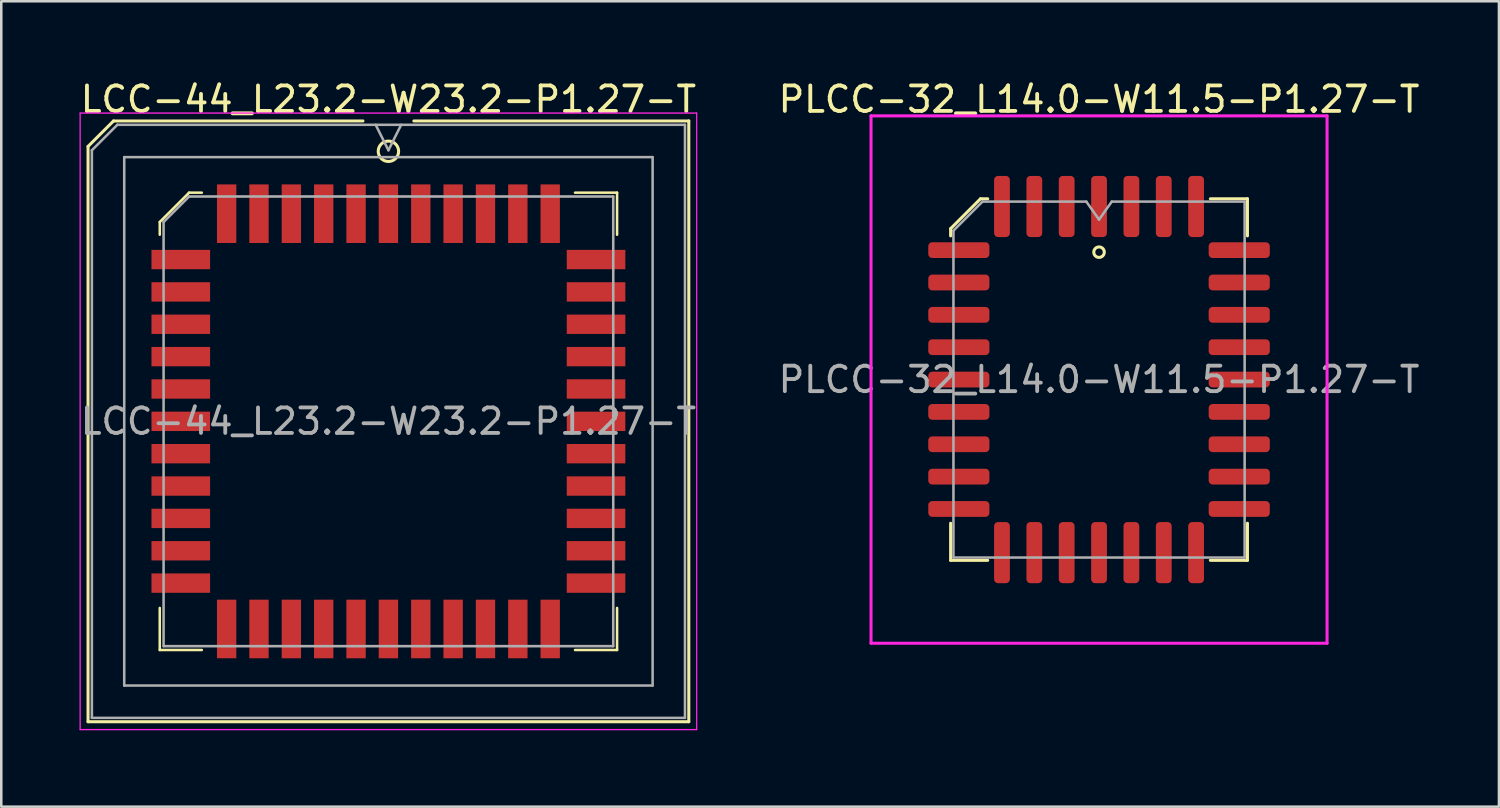
<source format=kicad_pcb>
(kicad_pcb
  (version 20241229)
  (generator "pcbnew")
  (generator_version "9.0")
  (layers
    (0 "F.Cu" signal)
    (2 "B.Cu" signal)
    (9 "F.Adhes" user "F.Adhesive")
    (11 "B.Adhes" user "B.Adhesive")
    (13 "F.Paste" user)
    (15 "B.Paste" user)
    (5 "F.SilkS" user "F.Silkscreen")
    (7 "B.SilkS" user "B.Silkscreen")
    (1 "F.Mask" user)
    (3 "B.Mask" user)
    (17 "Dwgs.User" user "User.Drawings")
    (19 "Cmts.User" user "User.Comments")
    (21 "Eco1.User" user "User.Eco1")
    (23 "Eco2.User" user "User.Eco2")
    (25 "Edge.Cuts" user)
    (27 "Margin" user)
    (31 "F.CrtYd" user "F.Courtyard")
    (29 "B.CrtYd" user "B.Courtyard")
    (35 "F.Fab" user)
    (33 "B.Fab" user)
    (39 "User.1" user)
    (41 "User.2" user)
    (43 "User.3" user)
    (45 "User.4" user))
  (footprint "LCC-44_L23.2-W23.2-P1.27-T"
    (layer "F.Cu")
    (at 12.196 13.488)
    (property "Reference" "LCC-44_L23.2-W23.2-P1.27-T" (at 0 -12.64 0) (layer "F.SilkS") (effects (font (size 1 1) (thickness 0.15))))
    (attr smd)
    (fp_line (start -11.79 -10.79) (end -11.79 11.79) (stroke (width 0.12) (type solid)) (layer "F.SilkS"))
    (fp_line (start -11.79 11.79) (end 11.79 11.79) (stroke (width 0.12) (type solid)) (layer "F.SilkS"))
    (fp_line (start -10.79 -11.79) (end -11.79 -10.79) (stroke (width 0.12) (type solid)) (layer "F.SilkS"))
    (fp_line (start -8.975 -7.825) (end -8.975 -7.325) (stroke (width 0.1) (type solid)) (layer "F.SilkS"))
    (fp_line (start -8.975 8.975) (end -8.975 7.325) (stroke (width 0.1) (type solid)) (layer "F.SilkS"))
    (fp_line (start -7.825 -8.975) (end -8.975 -7.825) (stroke (width 0.1) (type solid)) (layer "F.SilkS"))
    (fp_line (start -7.325 -8.975) (end -7.825 -8.975) (stroke (width 0.1) (type solid)) (layer "F.SilkS"))
    (fp_line (start -7.325 8.975) (end -8.975 8.975) (stroke (width 0.1) (type solid)) (layer "F.SilkS"))
    (fp_line (start -1 -11.79) (end -10.79 -11.79) (stroke (width 0.12) (type solid)) (layer "F.SilkS"))
    (fp_line (start 7.325 -8.975) (end 8.975 -8.975) (stroke (width 0.1) (type solid)) (layer "F.SilkS"))
    (fp_line (start 7.325 8.975) (end 8.975 8.975) (stroke (width 0.1) (type solid)) (layer "F.SilkS"))
    (fp_line (start 8.975 -8.975) (end 8.975 -7.325) (stroke (width 0.1) (type solid)) (layer "F.SilkS"))
    (fp_line (start 8.975 8.975) (end 8.975 7.325) (stroke (width 0.1) (type solid)) (layer "F.SilkS"))
    (fp_line (start 11.79 -11.79) (end 1 -11.79) (stroke (width 0.12) (type solid)) (layer "F.SilkS"))
    (fp_line (start 11.79 11.79) (end 11.79 -11.79) (stroke (width 0.12) (type solid)) (layer "F.SilkS"))
    (fp_circle (center 0 -10.6) (end 0.4 -10.6) (stroke (width 0.12) (type solid)) (fill no) (layer "F.SilkS"))
    (fp_line (start -12.1 -12.1) (end -12.1 12.1) (stroke (width 0.05) (type solid)) (layer "F.CrtYd"))
    (fp_line (start -12.1 12.1) (end 12.1 12.1) (stroke (width 0.05) (type solid)) (layer "F.CrtYd"))
    (fp_line (start 12.1 -12.1) (end -12.1 -12.1) (stroke (width 0.05) (type solid)) (layer "F.CrtYd"))
    (fp_line (start 12.1 12.1) (end 12.1 -12.1) (stroke (width 0.05) (type solid)) (layer "F.CrtYd"))
    (fp_line (start -11.64 -10.64) (end -11.64 11.64) (stroke (width 0.1) (type solid)) (layer "F.Fab"))
    (fp_line (start -11.64 11.64) (end 11.64 11.64) (stroke (width 0.1) (type solid)) (layer "F.Fab"))
    (fp_line (start -10.64 -11.64) (end -11.64 -10.64) (stroke (width 0.1) (type solid)) (layer "F.Fab"))
    (fp_line (start -10.37 -10.37) (end -10.37 10.37) (stroke (width 0.1) (type solid)) (layer "F.Fab"))
    (fp_line (start -10.37 10.37) (end 10.37 10.37) (stroke (width 0.1) (type solid)) (layer "F.Fab"))
    (fp_line (start -8.825 -7.825) (end -8.825 8.825) (stroke (width 0.1) (type solid)) (layer "F.Fab"))
    (fp_line (start -8.825 8.825) (end 8.825 8.825) (stroke (width 0.1) (type solid)) (layer "F.Fab"))
    (fp_line (start -7.825 -8.825) (end -8.825 -7.825) (stroke (width 0.1) (type solid)) (layer "F.Fab"))
    (fp_line (start -0.5 -11.64) (end 0 -10.64) (stroke (width 0.1) (type solid)) (layer "F.Fab"))
    (fp_line (start 0 -10.64) (end 0.5 -11.64) (stroke (width 0.1) (type solid)) (layer "F.Fab"))
    (fp_line (start 8.825 -8.825) (end -7.825 -8.825) (stroke (width 0.1) (type solid)) (layer "F.Fab"))
    (fp_line (start 8.825 8.825) (end 8.825 -8.825) (stroke (width 0.1) (type solid)) (layer "F.Fab"))
    (fp_line (start 10.37 -10.37) (end -10.37 -10.37) (stroke (width 0.1) (type solid)) (layer "F.Fab"))
    (fp_line (start 10.37 10.37) (end 10.37 -10.37) (stroke (width 0.1) (type solid)) (layer "F.Fab"))
    (fp_line (start 11.64 -11.64) (end -10.64 -11.64) (stroke (width 0.1) (type solid)) (layer "F.Fab"))
    (fp_line (start 11.64 11.64) (end 11.64 -11.64) (stroke (width 0.1) (type solid)) (layer "F.Fab"))
    (fp_text user "${REFERENCE}" (at 0 0 0) (layer "F.Fab") (effects (font (size 1 1) (thickness 0.15))))
    (pad "1" smd rect (at 0 -8.15) (size 0.76 2.3) (layers "F.Cu" "F.Mask" "F.Paste"))
    (pad "2" smd rect (at -1.27 -8.15) (size 0.76 2.3) (layers "F.Cu" "F.Mask" "F.Paste"))
    (pad "3" smd rect (at -2.54 -8.15) (size 0.76 2.3) (layers "F.Cu" "F.Mask" "F.Paste"))
    (pad "4" smd rect (at -3.81 -8.15) (size 0.76 2.3) (layers "F.Cu" "F.Mask" "F.Paste"))
    (pad "5" smd rect (at -5.08 -8.15) (size 0.76 2.3) (layers "F.Cu" "F.Mask" "F.Paste"))
    (pad "6" smd rect (at -6.35 -8.15) (size 0.76 2.3) (layers "F.Cu" "F.Mask" "F.Paste"))
    (pad "7" smd rect (at -8.15 -6.35) (size 2.3 0.76) (layers "F.Cu" "F.Mask" "F.Paste"))
    (pad "8" smd rect (at -8.15 -5.08) (size 2.3 0.76) (layers "F.Cu" "F.Mask" "F.Paste"))
    (pad "9" smd rect (at -8.15 -3.81) (size 2.3 0.76) (layers "F.Cu" "F.Mask" "F.Paste"))
    (pad "10" smd rect (at -8.15 -2.54) (size 2.3 0.76) (layers "F.Cu" "F.Mask" "F.Paste"))
    (pad "11" smd rect (at -8.15 -1.27) (size 2.3 0.76) (layers "F.Cu" "F.Mask" "F.Paste"))
    (pad "12" smd rect (at -8.15 0) (size 2.3 0.76) (layers "F.Cu" "F.Mask" "F.Paste"))
    (pad "13" smd rect (at -8.15 1.27) (size 2.3 0.76) (layers "F.Cu" "F.Mask" "F.Paste"))
    (pad "14" smd rect (at -8.15 2.54) (size 2.3 0.76) (layers "F.Cu" "F.Mask" "F.Paste"))
    (pad "15" smd rect (at -8.15 3.81) (size 2.3 0.76) (layers "F.Cu" "F.Mask" "F.Paste"))
    (pad "16" smd rect (at -8.15 5.08) (size 2.3 0.76) (layers "F.Cu" "F.Mask" "F.Paste"))
    (pad "17" smd rect (at -8.15 6.35) (size 2.3 0.76) (layers "F.Cu" "F.Mask" "F.Paste"))
    (pad "18" smd rect (at -6.35 8.15) (size 0.76 2.3) (layers "F.Cu" "F.Mask" "F.Paste"))
    (pad "19" smd rect (at -5.08 8.15) (size 0.76 2.3) (layers "F.Cu" "F.Mask" "F.Paste"))
    (pad "20" smd rect (at -3.81 8.15) (size 0.76 2.3) (layers "F.Cu" "F.Mask" "F.Paste"))
    (pad "21" smd rect (at -2.54 8.15) (size 0.76 2.3) (layers "F.Cu" "F.Mask" "F.Paste"))
    (pad "22" smd rect (at -1.27 8.15) (size 0.76 2.3) (layers "F.Cu" "F.Mask" "F.Paste"))
    (pad "23" smd rect (at 0 8.15) (size 0.76 2.3) (layers "F.Cu" "F.Mask" "F.Paste"))
    (pad "24" smd rect (at 1.27 8.15) (size 0.76 2.3) (layers "F.Cu" "F.Mask" "F.Paste"))
    (pad "25" smd rect (at 2.54 8.15) (size 0.76 2.3) (layers "F.Cu" "F.Mask" "F.Paste"))
    (pad "26" smd rect (at 3.81 8.15) (size 0.76 2.3) (layers "F.Cu" "F.Mask" "F.Paste"))
    (pad "27" smd rect (at 5.08 8.15) (size 0.76 2.3) (layers "F.Cu" "F.Mask" "F.Paste"))
    (pad "28" smd rect (at 6.35 8.15) (size 0.76 2.3) (layers "F.Cu" "F.Mask" "F.Paste"))
    (pad "29" smd rect (at 8.15 6.35) (size 2.3 0.76) (layers "F.Cu" "F.Mask" "F.Paste"))
    (pad "30" smd rect (at 8.15 5.08) (size 2.3 0.76) (layers "F.Cu" "F.Mask" "F.Paste"))
    (pad "31" smd rect (at 8.15 3.81) (size 2.3 0.76) (layers "F.Cu" "F.Mask" "F.Paste"))
    (pad "32" smd rect (at 8.15 2.54) (size 2.3 0.76) (layers "F.Cu" "F.Mask" "F.Paste"))
    (pad "33" smd rect (at 8.15 1.27) (size 2.3 0.76) (layers "F.Cu" "F.Mask" "F.Paste"))
    (pad "34" smd rect (at 8.15 0) (size 2.3 0.76) (layers "F.Cu" "F.Mask" "F.Paste"))
    (pad "35" smd rect (at 8.15 -1.27) (size 2.3 0.76) (layers "F.Cu" "F.Mask" "F.Paste"))
    (pad "36" smd rect (at 8.15 -2.54) (size 2.3 0.76) (layers "F.Cu" "F.Mask" "F.Paste"))
    (pad "37" smd rect (at 8.15 -3.81) (size 2.3 0.76) (layers "F.Cu" "F.Mask" "F.Paste"))
    (pad "38" smd rect (at 8.15 -5.08) (size 2.3 0.76) (layers "F.Cu" "F.Mask" "F.Paste"))
    (pad "39" smd rect (at 8.15 -6.35) (size 2.3 0.76) (layers "F.Cu" "F.Mask" "F.Paste"))
    (pad "40" smd rect (at 6.35 -8.15) (size 0.76 2.3) (layers "F.Cu" "F.Mask" "F.Paste"))
    (pad "41" smd rect (at 5.08 -8.15) (size 0.76 2.3) (layers "F.Cu" "F.Mask" "F.Paste"))
    (pad "42" smd rect (at 3.81 -8.15) (size 0.76 2.3) (layers "F.Cu" "F.Mask" "F.Paste"))
    (pad "43" smd rect (at 2.54 -8.15) (size 0.76 2.3) (layers "F.Cu" "F.Mask" "F.Paste"))
    (pad "44" smd rect (at 1.27 -8.15) (size 0.76 2.3) (layers "F.Cu" "F.Mask" "F.Paste")))
  (footprint "PLCC-32_L14.0-W11.5-P1.27-T"
    (layer "F.Cu")
    (at 40.089 11.848)
    (property "Reference" "PLCC-32_L14.0-W11.5-P1.27-T" (at 0 -11 0) (layer "F.SilkS") (effects (font (size 1 1) (thickness 0.15))))
    (attr smd)
    (fp_line (start -5.825 -5.923) (end -5.825 -5.64) (stroke (width 0.12) (type solid)) (layer "F.SilkS"))
    (fp_line (start -5.825 7.095) (end -5.825 5.64) (stroke (width 0.12) (type solid)) (layer "F.SilkS"))
    (fp_line (start -4.653 -7.095) (end -5.825 -5.923) (stroke (width 0.12) (type solid)) (layer "F.SilkS"))
    (fp_line (start -4.37 -7.095) (end -4.653 -7.095) (stroke (width 0.12) (type solid)) (layer "F.SilkS"))
    (fp_line (start -4.37 7.095) (end -5.825 7.095) (stroke (width 0.12) (type solid)) (layer "F.SilkS"))
    (fp_line (start 4.37 -7.095) (end 5.825 -7.095) (stroke (width 0.12) (type solid)) (layer "F.SilkS"))
    (fp_line (start 4.37 7.095) (end 5.825 7.095) (stroke (width 0.12) (type solid)) (layer "F.SilkS"))
    (fp_line (start 5.825 -7.095) (end 5.825 -5.64) (stroke (width 0.12) (type solid)) (layer "F.SilkS"))
    (fp_line (start 5.825 7.095) (end 5.825 5.64) (stroke (width 0.12) (type solid)) (layer "F.SilkS"))
    (fp_circle (center 0 -5) (end 0.206 -5) (stroke (width 0.12) (type solid)) (fill no) (layer "F.SilkS"))
    (fp_line (start -8.95 -10.35) (end 8.95 -10.35) (stroke (width 0.12) (type solid)) (layer "F.CrtYd"))
    (fp_line (start -8.95 10.35) (end -8.95 -10.35) (stroke (width 0.12) (type solid)) (layer "F.CrtYd"))
    (fp_line (start 8.95 -10.35) (end 8.95 10.35) (stroke (width 0.12) (type solid)) (layer "F.CrtYd"))
    (fp_line (start 8.95 10.35) (end -8.95 10.35) (stroke (width 0.12) (type solid)) (layer "F.CrtYd"))
    (fp_line (start -5.715 -5.845) (end -4.575 -6.985) (stroke (width 0.1) (type solid)) (layer "F.Fab"))
    (fp_line (start -5.715 6.985) (end -5.715 -5.845) (stroke (width 0.1) (type solid)) (layer "F.Fab"))
    (fp_line (start -4.575 -6.985) (end -0.5 -6.985) (stroke (width 0.1) (type solid)) (layer "F.Fab"))
    (fp_line (start -0.5 -6.985) (end 0 -6.278) (stroke (width 0.1) (type solid)) (layer "F.Fab"))
    (fp_line (start 0 -6.278) (end 0.5 -6.985) (stroke (width 0.1) (type solid)) (layer "F.Fab"))
    (fp_line (start 0.5 -6.985) (end 5.715 -6.985) (stroke (width 0.1) (type solid)) (layer "F.Fab"))
    (fp_line (start 5.715 -6.985) (end 5.715 6.985) (stroke (width 0.1) (type solid)) (layer "F.Fab"))
    (fp_line (start 5.715 6.985) (end -5.715 6.985) (stroke (width 0.1) (type solid)) (layer "F.Fab"))
    (fp_text user "${REFERENCE}" (at 0 0 0) (layer "F.Fab") (effects (font (size 1 1) (thickness 0.15))))
    (pad "1" smd roundrect (at 0 -6.793) (size 0.62 2.4) (layers "F.Cu" "F.Mask" "F.Paste") (roundrect_rratio 0.25))
    (pad "2" smd roundrect (at -1.27 -6.793) (size 0.62 2.4) (layers "F.Cu" "F.Mask" "F.Paste") (roundrect_rratio 0.25))
    (pad "3" smd roundrect (at -2.54 -6.793) (size 0.62 2.4) (layers "F.Cu" "F.Mask" "F.Paste") (roundrect_rratio 0.25))
    (pad "4" smd roundrect (at -3.81 -6.793) (size 0.62 2.4) (layers "F.Cu" "F.Mask" "F.Paste") (roundrect_rratio 0.25))
    (pad "5" smd roundrect (at -5.503 -5.08) (size 2.4 0.62) (layers "F.Cu" "F.Mask" "F.Paste") (roundrect_rratio 0.25))
    (pad "6" smd roundrect (at -5.503 -3.81) (size 2.4 0.62) (layers "F.Cu" "F.Mask" "F.Paste") (roundrect_rratio 0.25))
    (pad "7" smd roundrect (at -5.503 -2.54) (size 2.4 0.62) (layers "F.Cu" "F.Mask" "F.Paste") (roundrect_rratio 0.25))
    (pad "8" smd roundrect (at -5.503 -1.27) (size 2.4 0.62) (layers "F.Cu" "F.Mask" "F.Paste") (roundrect_rratio 0.25))
    (pad "9" smd roundrect (at -5.503 0) (size 2.4 0.62) (layers "F.Cu" "F.Mask" "F.Paste") (roundrect_rratio 0.25))
    (pad "10" smd roundrect (at -5.503 1.27) (size 2.4 0.62) (layers "F.Cu" "F.Mask" "F.Paste") (roundrect_rratio 0.25))
    (pad "11" smd roundrect (at -5.503 2.54) (size 2.4 0.62) (layers "F.Cu" "F.Mask" "F.Paste") (roundrect_rratio 0.25))
    (pad "12" smd roundrect (at -5.503 3.81) (size 2.4 0.62) (layers "F.Cu" "F.Mask" "F.Paste") (roundrect_rratio 0.25))
    (pad "13" smd roundrect (at -5.503 5.08) (size 2.4 0.62) (layers "F.Cu" "F.Mask" "F.Paste") (roundrect_rratio 0.25))
    (pad "14" smd roundrect (at -3.81 6.793) (size 0.62 2.4) (layers "F.Cu" "F.Mask" "F.Paste") (roundrect_rratio 0.25))
    (pad "15" smd roundrect (at -2.54 6.793) (size 0.62 2.4) (layers "F.Cu" "F.Mask" "F.Paste") (roundrect_rratio 0.25))
    (pad "16" smd roundrect (at -1.27 6.793) (size 0.62 2.4) (layers "F.Cu" "F.Mask" "F.Paste") (roundrect_rratio 0.25))
    (pad "17" smd roundrect (at 0 6.793) (size 0.62 2.4) (layers "F.Cu" "F.Mask" "F.Paste") (roundrect_rratio 0.25))
    (pad "18" smd roundrect (at 1.27 6.793) (size 0.62 2.4) (layers "F.Cu" "F.Mask" "F.Paste") (roundrect_rratio 0.25))
    (pad "19" smd roundrect (at 2.54 6.793) (size 0.62 2.4) (layers "F.Cu" "F.Mask" "F.Paste") (roundrect_rratio 0.25))
    (pad "20" smd roundrect (at 3.81 6.793) (size 0.62 2.4) (layers "F.Cu" "F.Mask" "F.Paste") (roundrect_rratio 0.25))
    (pad "21" smd roundrect (at 5.503 5.08) (size 2.4 0.62) (layers "F.Cu" "F.Mask" "F.Paste") (roundrect_rratio 0.25))
    (pad "22" smd roundrect (at 5.503 3.81) (size 2.4 0.62) (layers "F.Cu" "F.Mask" "F.Paste") (roundrect_rratio 0.25))
    (pad "23" smd roundrect (at 5.503 2.54) (size 2.4 0.62) (layers "F.Cu" "F.Mask" "F.Paste") (roundrect_rratio 0.25))
    (pad "24" smd roundrect (at 5.503 1.27) (size 2.4 0.62) (layers "F.Cu" "F.Mask" "F.Paste") (roundrect_rratio 0.25))
    (pad "25" smd roundrect (at 5.503 0) (size 2.4 0.62) (layers "F.Cu" "F.Mask" "F.Paste") (roundrect_rratio 0.25))
    (pad "26" smd roundrect (at 5.503 -1.27) (size 2.4 0.62) (layers "F.Cu" "F.Mask" "F.Paste") (roundrect_rratio 0.25))
    (pad "27" smd roundrect (at 5.503 -2.54) (size 2.4 0.62) (layers "F.Cu" "F.Mask" "F.Paste") (roundrect_rratio 0.25))
    (pad "28" smd roundrect (at 5.503 -3.81) (size 2.4 0.62) (layers "F.Cu" "F.Mask" "F.Paste") (roundrect_rratio 0.25))
    (pad "29" smd roundrect (at 5.503 -5.08) (size 2.4 0.62) (layers "F.Cu" "F.Mask" "F.Paste") (roundrect_rratio 0.25))
    (pad "30" smd roundrect (at 3.81 -6.793) (size 0.62 2.4) (layers "F.Cu" "F.Mask" "F.Paste") (roundrect_rratio 0.25))
    (pad "31" smd roundrect (at 2.54 -6.793) (size 0.62 2.4) (layers "F.Cu" "F.Mask" "F.Paste") (roundrect_rratio 0.25))
    (pad "32" smd roundrect (at 1.27 -6.793) (size 0.62 2.4) (layers "F.Cu" "F.Mask" "F.Paste") (roundrect_rratio 0.25)))
  (gr_rect
    (start -3 -3)
    (end 55.786 28.613)
    (stroke (width 0.1) (type default))
    (fill no)
    (layer "Edge.Cuts")))
</source>
